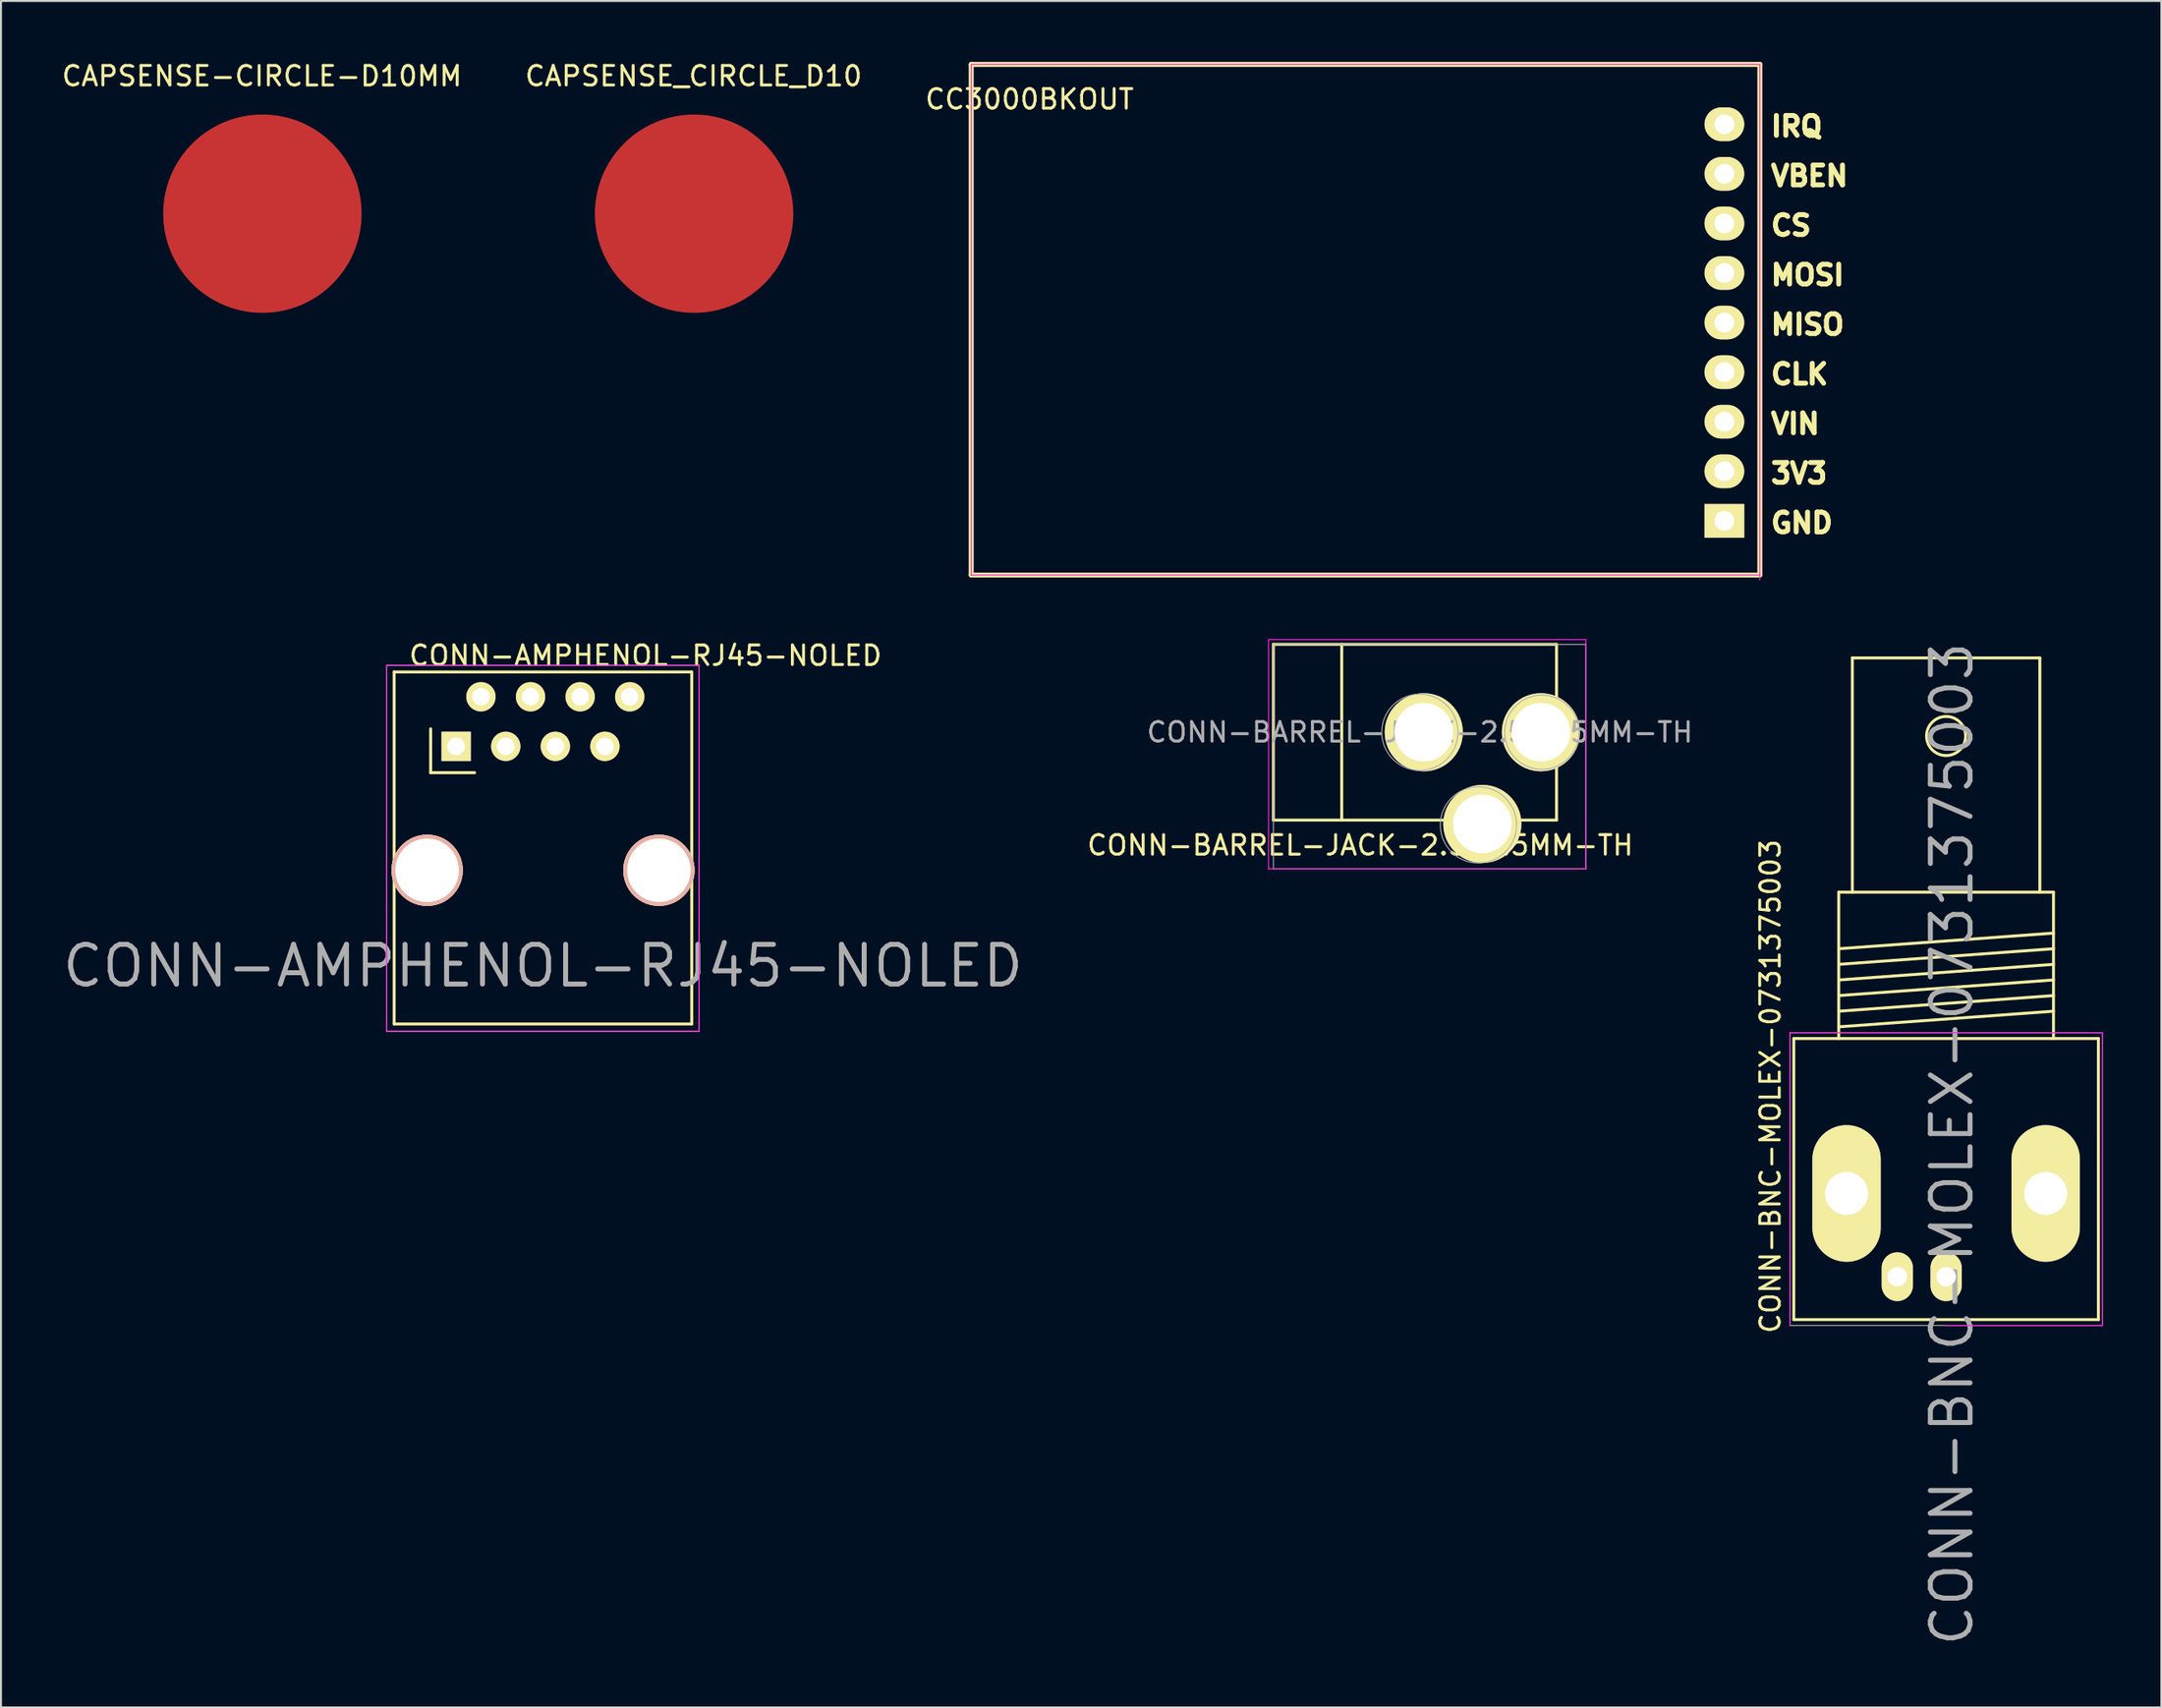
<source format=kicad_pcb>
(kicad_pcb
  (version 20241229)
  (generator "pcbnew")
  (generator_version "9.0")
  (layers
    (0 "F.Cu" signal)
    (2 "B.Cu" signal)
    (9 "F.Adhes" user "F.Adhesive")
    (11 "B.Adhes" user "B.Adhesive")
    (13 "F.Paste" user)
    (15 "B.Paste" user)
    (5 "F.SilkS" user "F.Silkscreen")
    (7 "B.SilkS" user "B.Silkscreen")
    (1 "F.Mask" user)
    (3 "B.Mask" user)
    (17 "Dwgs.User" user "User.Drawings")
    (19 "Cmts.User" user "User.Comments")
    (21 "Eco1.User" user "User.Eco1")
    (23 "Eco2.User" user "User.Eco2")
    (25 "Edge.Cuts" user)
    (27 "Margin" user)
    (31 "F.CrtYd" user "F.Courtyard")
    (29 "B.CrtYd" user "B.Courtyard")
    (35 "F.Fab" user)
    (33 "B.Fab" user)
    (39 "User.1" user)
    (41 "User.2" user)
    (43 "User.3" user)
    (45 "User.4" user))
  (footprint "CONN-BARREL-JACK-2.5x5.5MM-TH"
    (layer "F.Cu")
    (at 69.662 34.466)
    (property "Reference" "CONN-BARREL-JACK-2.5x5.5MM-TH" (at 0 0 0) (layer "F.Fab") (effects (font (size 1 1) (thickness 0.15))))
    (attr through_hole)
    (fp_line (start -7.501 -4.501) (end -7.501 4.501) (stroke (width 0.15) (type solid)) (layer "F.SilkS"))
    (fp_line (start -7.501 4.501) (end 7 4.501) (stroke (width 0.15) (type solid)) (layer "F.SilkS"))
    (fp_line (start -4 -4.501) (end -4 4.501) (stroke (width 0.15) (type solid)) (layer "F.SilkS"))
    (fp_line (start 7 -4.501) (end -7.501 -4.501) (stroke (width 0.15) (type solid)) (layer "F.SilkS"))
    (fp_line (start 7 4.501) (end 7 -4.501) (stroke (width 0.15) (type solid)) (layer "F.SilkS"))
    (fp_line (start -7.75 -4.75) (end -7.75 7) (stroke (width 0.05) (type solid)) (layer "F.CrtYd"))
    (fp_line (start -7.75 7) (end 8.5 7) (stroke (width 0.05) (type solid)) (layer "F.CrtYd"))
    (fp_line (start 8.5 -4.75) (end -7.75 -4.75) (stroke (width 0.05) (type solid)) (layer "F.CrtYd"))
    (fp_line (start 8.5 7) (end 8.5 -4.75) (stroke (width 0.05) (type solid)) (layer "F.CrtYd"))
    (fp_line (start -7.5 -4.5) (end -7.5 4.5) (stroke (width 0.05) (type solid)) (layer "F.Fab"))
    (fp_line (start -7.5 4.5) (end -7.5 7) (stroke (width 0.05) (type solid)) (layer "F.Fab"))
    (fp_line (start -7.5 7) (end 8.5 7) (stroke (width 0.05) (type solid)) (layer "F.Fab"))
    (fp_line (start 7 -4.5) (end -7.5 -4.5) (stroke (width 0.05) (type solid)) (layer "F.Fab"))
    (fp_line (start 8.5 -4.5) (end 7 -4.5) (stroke (width 0.05) (type solid)) (layer "F.Fab"))
    (fp_line (start 8.5 7) (end 8.5 -4.5) (stroke (width 0.05) (type solid)) (layer "F.Fab"))
    (fp_circle (center 0 0) (end 1.25 1.5) (stroke (width 0.05) (type solid)) (fill no) (layer "F.Fab"))
    (fp_circle (center 3 4.75) (end 4.5 6) (stroke (width 0.05) (type solid)) (fill no) (layer "F.Fab"))
    (fp_circle (center 6.25 0) (end 6.5 0.25) (stroke (width 0.4) (type solid)) (fill no) (layer "F.Fab"))
    (fp_circle (center 6.25 0) (end 7 1.75) (stroke (width 0.05) (type solid)) (fill no) (layer "F.Fab"))
    (fp_text user "${REFERENCE}" (at -3.051 5.791 0) (layer "F.SilkS") (effects (font (size 1 1) (thickness 0.15))))
    (pad "1" thru_hole circle (at 6.2 0) (size 4 4) (drill 3) (layers "*.Cu" "*.Mask" "F.SilkS"))
    (pad "2" thru_hole circle (at 0.201 0) (size 4 4) (drill 3) (layers "*.Cu" "*.Mask" "F.SilkS"))
    (pad "3" thru_hole circle (at 3.2 4.699) (size 4 4) (drill 3) (layers "*.Cu" "*.Mask" "F.SilkS")))
  (footprint "CAPSENSE-CIRCLE-D10MM"
    (layer "F.Cu")
    (at 10.388 7.898)
    (property "Reference" "CAPSENSE-CIRCLE-D10MM" (at -0.025 -7.05 0) (layer "F.SilkS") (effects (font (size 1 1) (thickness 0.15))))
    (attr through_hole)
    (pad "1" smd circle (at 0 0) (size 10.16 10.16) (layers "F.Cu")))
  (footprint "CC3000BKOUT"
    (layer "F.Cu")
    (at 87.073 0.25)
    (property "Reference" "CC3000BKOUT" (at -37.4 1.785 0) (layer "F.SilkS") (effects (font (size 1 1) (thickness 0.15))))
    (attr through_hole)
    (fp_line (start -40.386 0) (end -40.386 26.162) (stroke (width 0.254) (type solid)) (layer "F.SilkS"))
    (fp_line (start 0 0) (end -40.386 0) (stroke (width 0.254) (type solid)) (layer "F.SilkS"))
    (fp_line (start 0 0) (end 0 26.162) (stroke (width 0.254) (type solid)) (layer "F.SilkS"))
    (fp_line (start 0 26.162) (end -40.386 26.162) (stroke (width 0.254) (type solid)) (layer "F.SilkS"))
    (fp_line (start -40.386 0) (end -40.386 26.162) (stroke (width 0.05) (type solid)) (layer "F.CrtYd"))
    (fp_line (start -40.386 0) (end 0 0) (stroke (width 0.05) (type solid)) (layer "F.CrtYd"))
    (fp_line (start -40.386 26.162) (end 0 26.162) (stroke (width 0.05) (type solid)) (layer "F.CrtYd"))
    (fp_line (start 0 0) (end 0 26.416) (stroke (width 0.05) (type solid)) (layer "F.CrtYd"))
    (fp_text user "VIN" (at 1.814 18.415 0) (layer "F.SilkS") (effects (font (size 1.016 1.016) (thickness 0.254))))
    (fp_text user "3V3" (at 2.008 20.955 0) (layer "F.SilkS") (effects (font (size 1.016 1.016) (thickness 0.254))))
    (fp_text user "MISO" (at 2.443 13.335 0) (layer "F.SilkS") (effects (font (size 1.016 1.016) (thickness 0.254))))
    (fp_text user "CS" (at 1.597 8.255 0) (layer "F.SilkS") (effects (font (size 1.016 1.016) (thickness 0.254))))
    (fp_text user "IRQ" (at 1.887 3.175 0) (layer "F.SilkS") (effects (font (size 1.016 1.016) (thickness 0.254))))
    (fp_text user "MOSI" (at 2.443 10.795 0) (layer "F.SilkS") (effects (font (size 1.016 1.016) (thickness 0.254))))
    (fp_text user "GND" (at 2.153 23.495 0) (layer "F.SilkS") (effects (font (size 1.016 1.016) (thickness 0.254))))
    (fp_text user "CLK" (at 2.032 15.875 0) (layer "F.SilkS") (effects (font (size 1.016 1.016) (thickness 0.254))))
    (fp_text user "VBEN" (at 2.54 5.715 0) (layer "F.SilkS") (effects (font (size 1.016 1.016) (thickness 0.254))))
    (pad "1" thru_hole rect (at -1.816 23.386 180) (size 2.032 1.727) (drill 1.016) (layers "*.Cu" "*.Mask" "F.SilkS"))
    (pad "2" thru_hole oval (at -1.816 20.846 180) (size 2.032 1.727) (drill 1.016) (layers "*.Cu" "*.Mask" "F.SilkS"))
    (pad "3" thru_hole oval (at -1.816 18.306 180) (size 2.032 1.727) (drill 1.016) (layers "*.Cu" "*.Mask" "F.SilkS"))
    (pad "4" thru_hole oval (at -1.816 15.766 180) (size 2.032 1.727) (drill 1.016) (layers "*.Cu" "*.Mask" "F.SilkS"))
    (pad "5" thru_hole oval (at -1.816 13.226 180) (size 2.032 1.727) (drill 1.016) (layers "*.Cu" "*.Mask" "F.SilkS"))
    (pad "6" thru_hole oval (at -1.816 10.686 180) (size 2.032 1.727) (drill 1.016) (layers "*.Cu" "*.Mask" "F.SilkS"))
    (pad "7" thru_hole oval (at -1.816 8.146 180) (size 2.032 1.727) (drill 1.016) (layers "*.Cu" "*.Mask" "F.SilkS"))
    (pad "8" thru_hole oval (at -1.816 5.606 180) (size 2.032 1.727) (drill 1.016) (layers "*.Cu" "*.Mask" "F.SilkS"))
    (pad "9" thru_hole oval (at -1.816 3.066 180) (size 2.032 1.727) (drill 1.016) (layers "*.Cu" "*.Mask" "F.SilkS")))
  (footprint "CAPSENSE_CIRCLE_D10"
    (layer "F.Cu")
    (at 32.495 7.898)
    (property "Reference" "CAPSENSE_CIRCLE_D10" (at -0.025 -7.05 0) (layer "F.SilkS") (effects (font (size 1 1) (thickness 0.15))))
    (attr through_hole)
    (pad "1" smd circle (at 0 0) (size 10.16 10.16) (layers "F.Cu")))
  (footprint "CONN-AMPHENOL-RJ45-NOLED"
    (layer "F.Cu")
    (at 20.255 35.239)
    (property "Reference" "CONN-AMPHENOL-RJ45-NOLED" (at 4.5 11.2 0) (layer "F.Fab") (effects (font (size 2.032 2.032) (thickness 0.254))))
    (attr through_hole)
    (fp_line (start -3.12 -3.86) (end -3.12 14.174) (stroke (width 0.15) (type solid)) (layer "F.SilkS"))
    (fp_line (start -3.12 14.174) (end 12.12 14.174) (stroke (width 0.15) (type solid)) (layer "F.SilkS"))
    (fp_line (start -1.25 -0.95) (end -1.25 1.3) (stroke (width 0.152) (type solid)) (layer "F.SilkS"))
    (fp_line (start -1.25 1.3) (end 1 1.3) (stroke (width 0.152) (type solid)) (layer "F.SilkS"))
    (fp_line (start 12.12 -3.86) (end -3.12 -3.86) (stroke (width 0.15) (type solid)) (layer "F.SilkS"))
    (fp_line (start 12.12 14.174) (end 12.12 -3.86) (stroke (width 0.15) (type solid)) (layer "F.SilkS"))
    (fp_line (start -3.5 -4.2) (end -3.5 14.55) (stroke (width 0.051) (type solid)) (layer "F.CrtYd"))
    (fp_line (start -3.5 14.55) (end 12.5 14.55) (stroke (width 0.051) (type solid)) (layer "F.CrtYd"))
    (fp_line (start 12.5 -4.2) (end -3.5 -4.2) (stroke (width 0.051) (type solid)) (layer "F.CrtYd"))
    (fp_line (start 12.5 14.55) (end 12.5 -4.2) (stroke (width 0.051) (type solid)) (layer "F.CrtYd"))
    (fp_line (start -3.5 -4.2) (end -3.5 14.55) (stroke (width 0.051) (type solid)) (layer "F.Fab"))
    (fp_line (start -3.5 14.55) (end 12.5 14.55) (stroke (width 0.051) (type solid)) (layer "F.Fab"))
    (fp_line (start 12.5 -4.2) (end -3.5 -4.2) (stroke (width 0.051) (type solid)) (layer "F.Fab"))
    (fp_line (start 12.5 14.55) (end 12.5 -4.2) (stroke (width 0.051) (type solid)) (layer "F.Fab"))
    (fp_text user "${REFERENCE}" (at 9.75 -4.7 0) (layer "F.SilkS") (effects (font (size 1 1) (thickness 0.15))))
    (pad "" np_thru_hole circle (at -1.431 6.3) (size 3.65 3.65) (drill 3.251) (layers "*.Cu" "*.SilkS" "*.Mask"))
    (pad "" np_thru_hole circle (at 10.439 6.3) (size 3.65 3.65) (drill 3.251) (layers "*.Cu" "*.SilkS" "*.Mask"))
    (pad "1" thru_hole rect (at 0.055 -0.05) (size 1.501 1.501) (drill 0.899) (layers "*.Cu" "*.Mask" "F.SilkS"))
    (pad "2" thru_hole circle (at 1.325 -2.59) (size 1.501 1.501) (drill 0.899) (layers "*.Cu" "*.Mask" "F.SilkS"))
    (pad "3" thru_hole circle (at 2.595 -0.05) (size 1.501 1.501) (drill 0.899) (layers "*.Cu" "*.Mask" "F.SilkS"))
    (pad "4" thru_hole circle (at 3.865 -2.59) (size 1.501 1.501) (drill 0.899) (layers "*.Cu" "*.Mask" "F.SilkS"))
    (pad "5" thru_hole circle (at 5.135 -0.05) (size 1.501 1.501) (drill 0.899) (layers "*.Cu" "*.Mask" "F.SilkS"))
    (pad "6" thru_hole circle (at 6.405 -2.59) (size 1.501 1.501) (drill 0.899) (layers "*.Cu" "*.Mask" "F.SilkS"))
    (pad "7" thru_hole circle (at 7.675 -0.05) (size 1.501 1.501) (drill 0.899) (layers "*.Cu" "*.Mask" "F.SilkS"))
    (pad "8" thru_hole circle (at 8.945 -2.59) (size 1.501 1.501) (drill 0.899) (layers "*.Cu" "*.Mask" "F.SilkS")))
  (footprint "CONN-BNC-MOLEX-0731375003"
    (layer "F.Cu")
    (at 96.612 57.359)
    (property "Reference" "CONN-BNC-MOLEX-0731375003" (at 0.3 -1.8 90) (layer "F.Fab") (effects (font (size 2.032 2.032) (thickness 0.254))))
    (attr through_hole)
    (fp_line (start -7.8 -7.201) (end -7.8 7.201) (stroke (width 0.15) (type solid)) (layer "F.SilkS"))
    (fp_line (start -7.8 7.201) (end 7.8 7.201) (stroke (width 0.15) (type solid)) (layer "F.SilkS"))
    (fp_line (start -5.499 -14.699) (end -5.499 -7.201) (stroke (width 0.15) (type solid)) (layer "F.SilkS"))
    (fp_line (start -5.499 -11.801) (end 5.499 -12.601) (stroke (width 0.15) (type solid)) (layer "F.SilkS"))
    (fp_line (start -5.499 -11.001) (end 5.499 -11.801) (stroke (width 0.15) (type solid)) (layer "F.SilkS"))
    (fp_line (start -5.499 -10.201) (end 5.499 -11.001) (stroke (width 0.15) (type solid)) (layer "F.SilkS"))
    (fp_line (start -5.499 -9.401) (end 5.499 -10.201) (stroke (width 0.15) (type solid)) (layer "F.SilkS"))
    (fp_line (start -5.499 -8.6) (end 5.499 -9.401) (stroke (width 0.15) (type solid)) (layer "F.SilkS"))
    (fp_line (start -5.499 -7.8) (end 5.499 -8.6) (stroke (width 0.15) (type solid)) (layer "F.SilkS"))
    (fp_line (start -4.801 -26.7) (end -4.801 -14.699) (stroke (width 0.15) (type solid)) (layer "F.SilkS"))
    (fp_line (start 4.801 -26.7) (end -4.801 -26.7) (stroke (width 0.15) (type solid)) (layer "F.SilkS"))
    (fp_line (start 4.801 -14.699) (end 4.801 -26.7) (stroke (width 0.15) (type solid)) (layer "F.SilkS"))
    (fp_line (start 5.499 -14.699) (end -5.499 -14.699) (stroke (width 0.15) (type solid)) (layer "F.SilkS"))
    (fp_line (start 5.499 -7.201) (end 5.499 -14.699) (stroke (width 0.15) (type solid)) (layer "F.SilkS"))
    (fp_line (start 7.8 -7.201) (end -7.8 -7.201) (stroke (width 0.15) (type solid)) (layer "F.SilkS"))
    (fp_line (start 7.8 7.201) (end 7.8 -7.201) (stroke (width 0.15) (type solid)) (layer "F.SilkS"))
    (fp_circle (center 0 -22.7) (end 1.001 -22.7) (stroke (width 0.15) (type solid)) (fill no) (layer "F.SilkS"))
    (fp_line (start -8 -7.5) (end -8 7.5) (stroke (width 0.051) (type solid)) (layer "F.CrtYd"))
    (fp_line (start 0 7.5) (end 8 7.5) (stroke (width 0.051) (type solid)) (layer "F.CrtYd"))
    (fp_line (start 8 -7.5) (end -8 -7.5) (stroke (width 0.051) (type solid)) (layer "F.CrtYd"))
    (fp_line (start 8 7.5) (end 8 -7.5) (stroke (width 0.051) (type solid)) (layer "F.CrtYd"))
    (fp_line (start -8 -7.5) (end 8 -7.5) (stroke (width 0.051) (type solid)) (layer "F.Fab"))
    (fp_line (start -8 7.5) (end -8 -7.5) (stroke (width 0.051) (type solid)) (layer "F.Fab"))
    (fp_line (start 8 -7.5) (end 8 7.5) (stroke (width 0.051) (type solid)) (layer "F.Fab"))
    (fp_line (start 8 7.5) (end -8 7.5) (stroke (width 0.051) (type solid)) (layer "F.Fab"))
    (fp_text user "${REFERENCE}" (at -9 -4.75 90) (layer "F.SilkS") (effects (font (size 1 1) (thickness 0.15))))
    (pad "1" thru_hole oval (at 0 5.001) (size 1.6 2.499) (drill 1.001) (layers "*.Cu" "*.Mask" "F.SilkS"))
    (pad "2" thru_hole oval (at -5.098 0.737) (size 3.5 7) (drill 2.2) (layers "*.Cu" "*.Mask" "F.SilkS"))
    (pad "2" thru_hole oval (at -2.499 5.001) (size 1.6 2.499) (drill 1.001) (layers "*.Cu" "*.Mask" "F.SilkS"))
    (pad "2" thru_hole oval (at 5.1 0.737) (size 3.5 7) (drill 2.2) (layers "*.Cu" "*.Mask" "F.SilkS")))
  (gr_rect
    (start -3 -3)
    (end 107.637 84.427)
    (stroke (width 0.1) (type default))
    (fill no)
    (layer "Edge.Cuts")))
</source>
